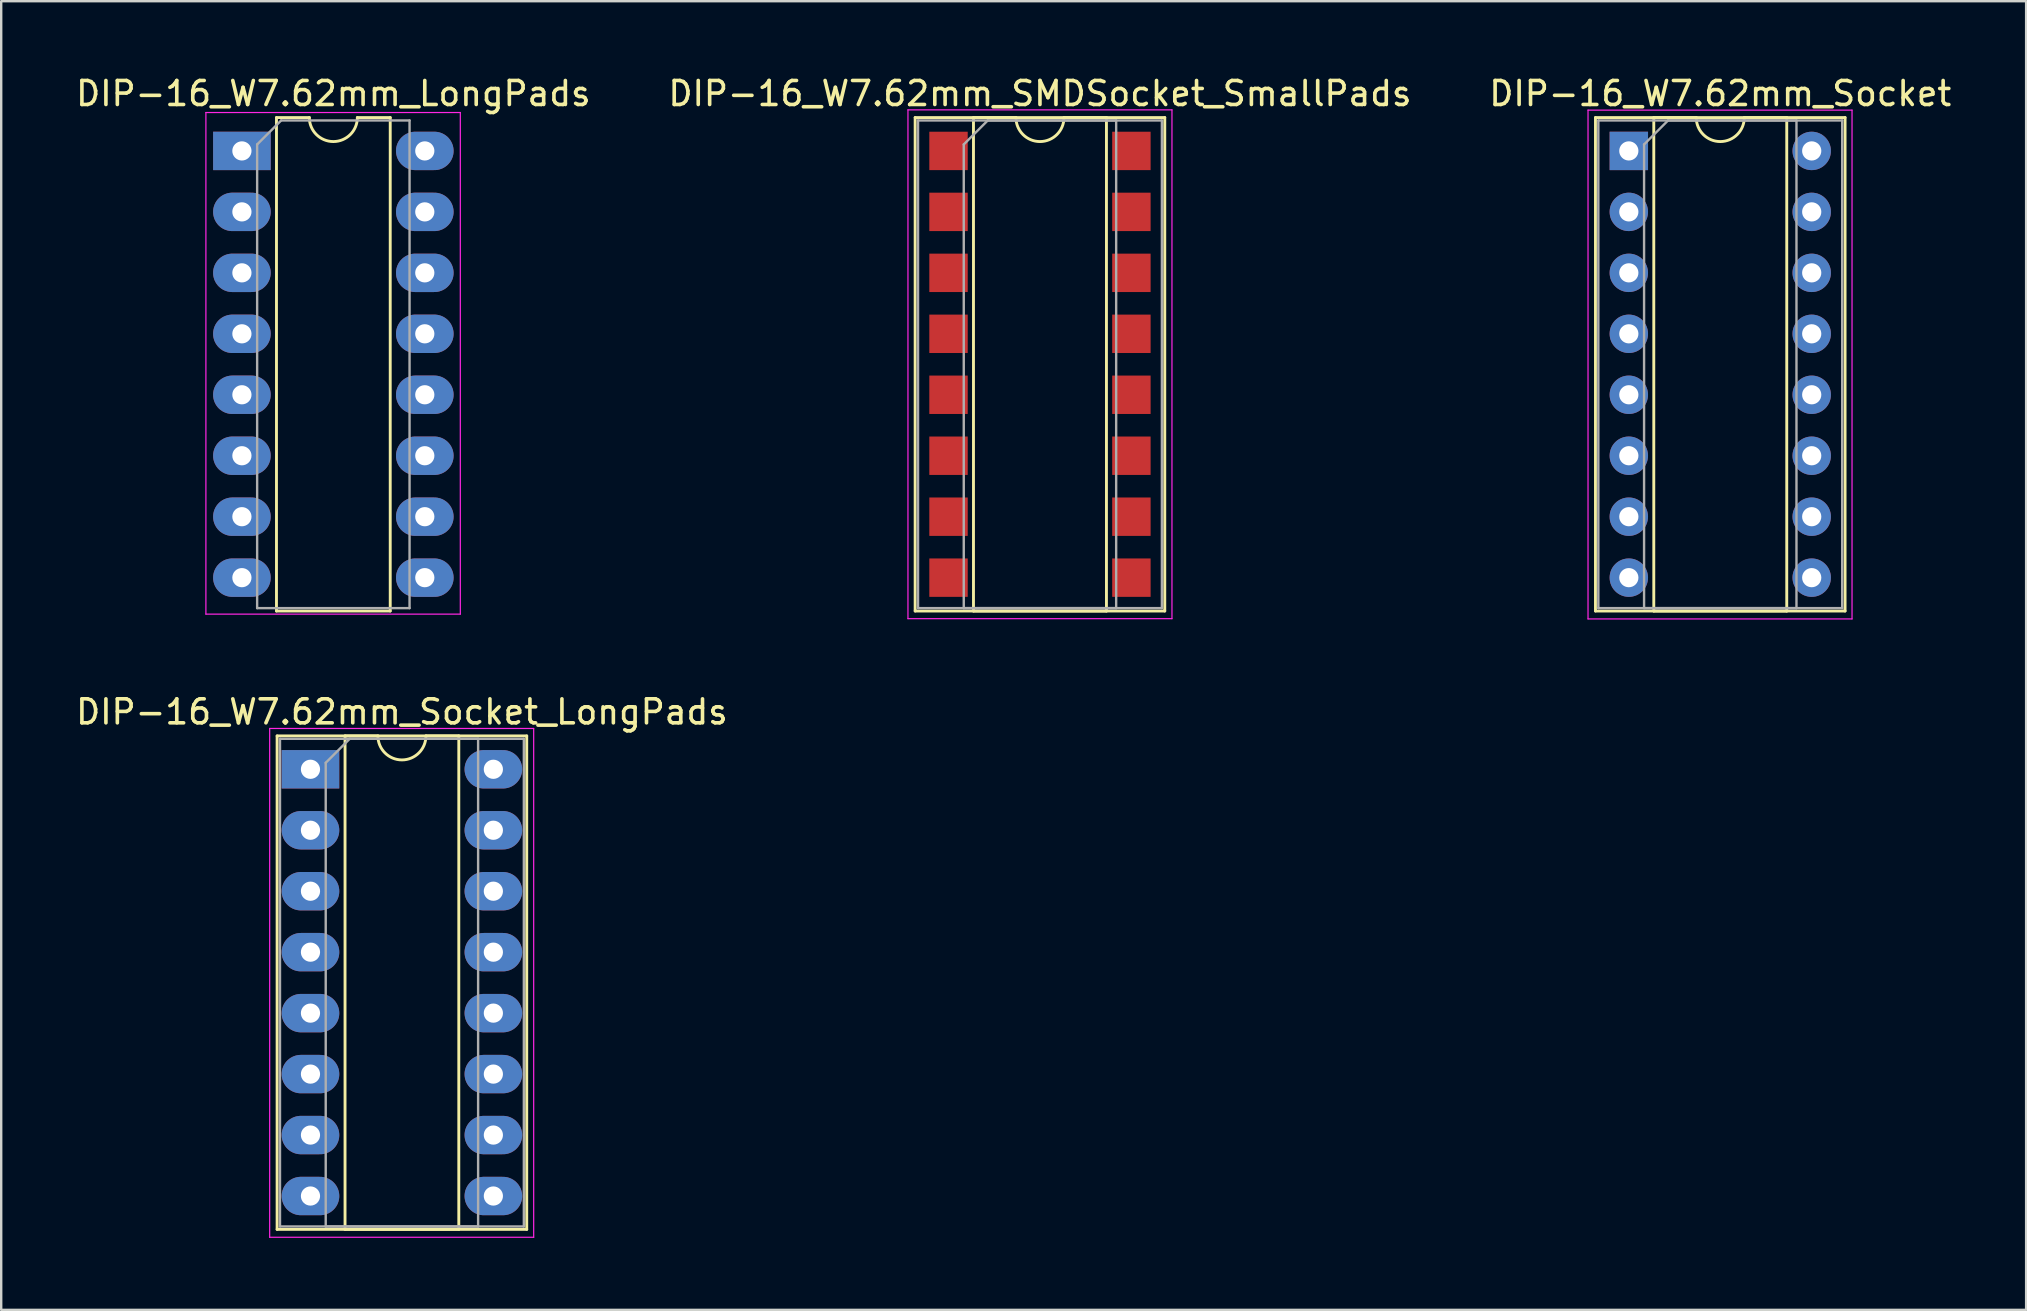
<source format=kicad_pcb>
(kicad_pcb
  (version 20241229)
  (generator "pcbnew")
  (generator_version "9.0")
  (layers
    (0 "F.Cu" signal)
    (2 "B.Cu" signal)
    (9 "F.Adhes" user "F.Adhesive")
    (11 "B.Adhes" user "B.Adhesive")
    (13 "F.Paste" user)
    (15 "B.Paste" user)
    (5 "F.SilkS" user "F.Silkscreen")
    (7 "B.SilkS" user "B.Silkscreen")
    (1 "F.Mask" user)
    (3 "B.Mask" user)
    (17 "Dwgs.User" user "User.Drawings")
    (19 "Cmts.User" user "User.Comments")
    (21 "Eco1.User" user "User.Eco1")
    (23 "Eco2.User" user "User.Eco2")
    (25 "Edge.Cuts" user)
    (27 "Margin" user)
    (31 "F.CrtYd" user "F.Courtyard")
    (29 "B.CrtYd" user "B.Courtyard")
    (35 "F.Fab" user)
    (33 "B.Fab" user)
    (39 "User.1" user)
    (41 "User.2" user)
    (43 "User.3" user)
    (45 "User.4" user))
  (footprint "DIP-16_W7.62mm_LongPads"
    (layer "F.Cu")
    (at 7.029 3.238)
    (property "Reference" "DIP-16_W7.62mm_LongPads" (at 3.81 -2.39 0) (layer "F.SilkS") (effects (font (size 1 1) (thickness 0.15))))
    (attr through_hole)
    (fp_line (start 1.44 -1.39) (end 1.44 19.17) (stroke (width 0.12) (type solid)) (layer "F.SilkS"))
    (fp_line (start 1.44 19.17) (end 6.18 19.17) (stroke (width 0.12) (type solid)) (layer "F.SilkS"))
    (fp_line (start 2.81 -1.39) (end 1.44 -1.39) (stroke (width 0.12) (type solid)) (layer "F.SilkS"))
    (fp_line (start 6.18 -1.39) (end 4.81 -1.39) (stroke (width 0.12) (type solid)) (layer "F.SilkS"))
    (fp_line (start 6.18 19.17) (end 6.18 -1.39) (stroke (width 0.12) (type solid)) (layer "F.SilkS"))
    (fp_arc (start 4.81 -1.39) (mid 3.81 -0.39) (end 2.81 -1.39) (stroke (width 0.12) (type solid)) (layer "F.SilkS"))
    (fp_line (start -1.5 -1.6) (end -1.5 19.3) (stroke (width 0.05) (type solid)) (layer "F.CrtYd"))
    (fp_line (start -1.5 19.3) (end 9.1 19.3) (stroke (width 0.05) (type solid)) (layer "F.CrtYd"))
    (fp_line (start 9.1 -1.6) (end -1.5 -1.6) (stroke (width 0.05) (type solid)) (layer "F.CrtYd"))
    (fp_line (start 9.1 19.3) (end 9.1 -1.6) (stroke (width 0.05) (type solid)) (layer "F.CrtYd"))
    (fp_line (start 0.635 -0.27) (end 1.635 -1.27) (stroke (width 0.1) (type solid)) (layer "F.Fab"))
    (fp_line (start 0.635 19.05) (end 0.635 -0.27) (stroke (width 0.1) (type solid)) (layer "F.Fab"))
    (fp_line (start 1.635 -1.27) (end 6.985 -1.27) (stroke (width 0.1) (type solid)) (layer "F.Fab"))
    (fp_line (start 6.985 -1.27) (end 6.985 19.05) (stroke (width 0.1) (type solid)) (layer "F.Fab"))
    (fp_line (start 6.985 19.05) (end 0.635 19.05) (stroke (width 0.1) (type solid)) (layer "F.Fab"))
    (pad "1" thru_hole rect (at 0 0) (size 2.4 1.6) (drill 0.8) (layers "*.Cu" "*.Mask"))
    (pad "2" thru_hole oval (at 0 2.54) (size 2.4 1.6) (drill 0.8) (layers "*.Cu" "*.Mask"))
    (pad "3" thru_hole oval (at 0 5.08) (size 2.4 1.6) (drill 0.8) (layers "*.Cu" "*.Mask"))
    (pad "4" thru_hole oval (at 0 7.62) (size 2.4 1.6) (drill 0.8) (layers "*.Cu" "*.Mask"))
    (pad "5" thru_hole oval (at 0 10.16) (size 2.4 1.6) (drill 0.8) (layers "*.Cu" "*.Mask"))
    (pad "6" thru_hole oval (at 0 12.7) (size 2.4 1.6) (drill 0.8) (layers "*.Cu" "*.Mask"))
    (pad "7" thru_hole oval (at 0 15.24) (size 2.4 1.6) (drill 0.8) (layers "*.Cu" "*.Mask"))
    (pad "8" thru_hole oval (at 0 17.78) (size 2.4 1.6) (drill 0.8) (layers "*.Cu" "*.Mask"))
    (pad "9" thru_hole oval (at 7.62 17.78) (size 2.4 1.6) (drill 0.8) (layers "*.Cu" "*.Mask"))
    (pad "10" thru_hole oval (at 7.62 15.24) (size 2.4 1.6) (drill 0.8) (layers "*.Cu" "*.Mask"))
    (pad "11" thru_hole oval (at 7.62 12.7) (size 2.4 1.6) (drill 0.8) (layers "*.Cu" "*.Mask"))
    (pad "12" thru_hole oval (at 7.62 10.16) (size 2.4 1.6) (drill 0.8) (layers "*.Cu" "*.Mask"))
    (pad "13" thru_hole oval (at 7.62 7.62) (size 2.4 1.6) (drill 0.8) (layers "*.Cu" "*.Mask"))
    (pad "14" thru_hole oval (at 7.62 5.08) (size 2.4 1.6) (drill 0.8) (layers "*.Cu" "*.Mask"))
    (pad "15" thru_hole oval (at 7.62 2.54) (size 2.4 1.6) (drill 0.8) (layers "*.Cu" "*.Mask"))
    (pad "16" thru_hole oval (at 7.62 0) (size 2.4 1.6) (drill 0.8) (layers "*.Cu" "*.Mask")))
  (footprint "DIP-16_W7.62mm_Socket"
    (layer "F.Cu")
    (at 64.815 3.238)
    (property "Reference" "DIP-16_W7.62mm_Socket" (at 3.81 -2.39 0) (layer "F.SilkS") (effects (font (size 1 1) (thickness 0.15))))
    (attr through_hole)
    (fp_line (start -1.39 -1.39) (end -1.39 19.17) (stroke (width 0.12) (type solid)) (layer "F.SilkS"))
    (fp_line (start -1.39 19.17) (end 9.01 19.17) (stroke (width 0.12) (type solid)) (layer "F.SilkS"))
    (fp_line (start 1.04 -1.39) (end 1.04 19.17) (stroke (width 0.12) (type solid)) (layer "F.SilkS"))
    (fp_line (start 1.04 19.17) (end 6.58 19.17) (stroke (width 0.12) (type solid)) (layer "F.SilkS"))
    (fp_line (start 2.81 -1.39) (end 1.04 -1.39) (stroke (width 0.12) (type solid)) (layer "F.SilkS"))
    (fp_line (start 6.58 -1.39) (end 4.81 -1.39) (stroke (width 0.12) (type solid)) (layer "F.SilkS"))
    (fp_line (start 6.58 19.17) (end 6.58 -1.39) (stroke (width 0.12) (type solid)) (layer "F.SilkS"))
    (fp_line (start 9.01 -1.39) (end -1.39 -1.39) (stroke (width 0.12) (type solid)) (layer "F.SilkS"))
    (fp_line (start 9.01 19.17) (end 9.01 -1.39) (stroke (width 0.12) (type solid)) (layer "F.SilkS"))
    (fp_arc (start 4.81 -1.39) (mid 3.81 -0.39) (end 2.81 -1.39) (stroke (width 0.12) (type solid)) (layer "F.SilkS"))
    (fp_line (start -1.7 -1.7) (end -1.7 19.5) (stroke (width 0.05) (type solid)) (layer "F.CrtYd"))
    (fp_line (start -1.7 19.5) (end 9.3 19.5) (stroke (width 0.05) (type solid)) (layer "F.CrtYd"))
    (fp_line (start 9.3 -1.7) (end -1.7 -1.7) (stroke (width 0.05) (type solid)) (layer "F.CrtYd"))
    (fp_line (start 9.3 19.5) (end 9.3 -1.7) (stroke (width 0.05) (type solid)) (layer "F.CrtYd"))
    (fp_line (start -1.27 -1.27) (end -1.27 19.05) (stroke (width 0.1) (type solid)) (layer "F.Fab"))
    (fp_line (start -1.27 19.05) (end 8.89 19.05) (stroke (width 0.1) (type solid)) (layer "F.Fab"))
    (fp_line (start 0.635 -0.27) (end 1.635 -1.27) (stroke (width 0.1) (type solid)) (layer "F.Fab"))
    (fp_line (start 0.635 19.05) (end 0.635 -0.27) (stroke (width 0.1) (type solid)) (layer "F.Fab"))
    (fp_line (start 1.635 -1.27) (end 6.985 -1.27) (stroke (width 0.1) (type solid)) (layer "F.Fab"))
    (fp_line (start 6.985 -1.27) (end 6.985 19.05) (stroke (width 0.1) (type solid)) (layer "F.Fab"))
    (fp_line (start 6.985 19.05) (end 0.635 19.05) (stroke (width 0.1) (type solid)) (layer "F.Fab"))
    (fp_line (start 8.89 -1.27) (end -1.27 -1.27) (stroke (width 0.1) (type solid)) (layer "F.Fab"))
    (fp_line (start 8.89 19.05) (end 8.89 -1.27) (stroke (width 0.1) (type solid)) (layer "F.Fab"))
    (pad "1" thru_hole rect (at 0 0) (size 1.6 1.6) (drill 0.8) (layers "*.Cu" "*.Mask"))
    (pad "2" thru_hole oval (at 0 2.54) (size 1.6 1.6) (drill 0.8) (layers "*.Cu" "*.Mask"))
    (pad "3" thru_hole oval (at 0 5.08) (size 1.6 1.6) (drill 0.8) (layers "*.Cu" "*.Mask"))
    (pad "4" thru_hole oval (at 0 7.62) (size 1.6 1.6) (drill 0.8) (layers "*.Cu" "*.Mask"))
    (pad "5" thru_hole oval (at 0 10.16) (size 1.6 1.6) (drill 0.8) (layers "*.Cu" "*.Mask"))
    (pad "6" thru_hole oval (at 0 12.7) (size 1.6 1.6) (drill 0.8) (layers "*.Cu" "*.Mask"))
    (pad "7" thru_hole oval (at 0 15.24) (size 1.6 1.6) (drill 0.8) (layers "*.Cu" "*.Mask"))
    (pad "8" thru_hole oval (at 0 17.78) (size 1.6 1.6) (drill 0.8) (layers "*.Cu" "*.Mask"))
    (pad "9" thru_hole oval (at 7.62 17.78) (size 1.6 1.6) (drill 0.8) (layers "*.Cu" "*.Mask"))
    (pad "10" thru_hole oval (at 7.62 15.24) (size 1.6 1.6) (drill 0.8) (layers "*.Cu" "*.Mask"))
    (pad "11" thru_hole oval (at 7.62 12.7) (size 1.6 1.6) (drill 0.8) (layers "*.Cu" "*.Mask"))
    (pad "12" thru_hole oval (at 7.62 10.16) (size 1.6 1.6) (drill 0.8) (layers "*.Cu" "*.Mask"))
    (pad "13" thru_hole oval (at 7.62 7.62) (size 1.6 1.6) (drill 0.8) (layers "*.Cu" "*.Mask"))
    (pad "14" thru_hole oval (at 7.62 5.08) (size 1.6 1.6) (drill 0.8) (layers "*.Cu" "*.Mask"))
    (pad "15" thru_hole oval (at 7.62 2.54) (size 1.6 1.6) (drill 0.8) (layers "*.Cu" "*.Mask"))
    (pad "16" thru_hole oval (at 7.62 0) (size 1.6 1.6) (drill 0.8) (layers "*.Cu" "*.Mask")))
  (footprint "DIP-16_W7.62mm_SMDSocket_SmallPads"
    (layer "F.Cu")
    (at 40.28 12.128)
    (property "Reference" "DIP-16_W7.62mm_SMDSocket_SmallPads" (at 0 -11.28 0) (layer "F.SilkS") (effects (font (size 1 1) (thickness 0.15))))
    (attr smd)
    (fp_line (start -5.2 -10.28) (end -5.2 10.28) (stroke (width 0.12) (type solid)) (layer "F.SilkS"))
    (fp_line (start -5.2 10.28) (end 5.2 10.28) (stroke (width 0.12) (type solid)) (layer "F.SilkS"))
    (fp_line (start -2.77 -10.28) (end -2.77 10.28) (stroke (width 0.12) (type solid)) (layer "F.SilkS"))
    (fp_line (start -2.77 10.28) (end 2.77 10.28) (stroke (width 0.12) (type solid)) (layer "F.SilkS"))
    (fp_line (start -1 -10.28) (end -2.77 -10.28) (stroke (width 0.12) (type solid)) (layer "F.SilkS"))
    (fp_line (start 2.77 -10.28) (end 1 -10.28) (stroke (width 0.12) (type solid)) (layer "F.SilkS"))
    (fp_line (start 2.77 10.28) (end 2.77 -10.28) (stroke (width 0.12) (type solid)) (layer "F.SilkS"))
    (fp_line (start 5.2 -10.28) (end -5.2 -10.28) (stroke (width 0.12) (type solid)) (layer "F.SilkS"))
    (fp_line (start 5.2 10.28) (end 5.2 -10.28) (stroke (width 0.12) (type solid)) (layer "F.SilkS"))
    (fp_arc (start 1 -10.28) (mid 0 -9.28) (end -1 -10.28) (stroke (width 0.12) (type solid)) (layer "F.SilkS"))
    (fp_line (start -5.5 -10.6) (end -5.5 10.6) (stroke (width 0.05) (type solid)) (layer "F.CrtYd"))
    (fp_line (start -5.5 10.6) (end 5.5 10.6) (stroke (width 0.05) (type solid)) (layer "F.CrtYd"))
    (fp_line (start 5.5 -10.6) (end -5.5 -10.6) (stroke (width 0.05) (type solid)) (layer "F.CrtYd"))
    (fp_line (start 5.5 10.6) (end 5.5 -10.6) (stroke (width 0.05) (type solid)) (layer "F.CrtYd"))
    (fp_line (start -5.08 -10.16) (end -5.08 10.16) (stroke (width 0.1) (type solid)) (layer "F.Fab"))
    (fp_line (start -5.08 10.16) (end 5.08 10.16) (stroke (width 0.1) (type solid)) (layer "F.Fab"))
    (fp_line (start -3.175 -9.16) (end -2.175 -10.16) (stroke (width 0.1) (type solid)) (layer "F.Fab"))
    (fp_line (start -3.175 10.16) (end -3.175 -9.16) (stroke (width 0.1) (type solid)) (layer "F.Fab"))
    (fp_line (start -2.175 -10.16) (end 3.175 -10.16) (stroke (width 0.1) (type solid)) (layer "F.Fab"))
    (fp_line (start 3.175 -10.16) (end 3.175 10.16) (stroke (width 0.1) (type solid)) (layer "F.Fab"))
    (fp_line (start 3.175 10.16) (end -3.175 10.16) (stroke (width 0.1) (type solid)) (layer "F.Fab"))
    (fp_line (start 5.08 -10.16) (end -5.08 -10.16) (stroke (width 0.1) (type solid)) (layer "F.Fab"))
    (fp_line (start 5.08 10.16) (end 5.08 -10.16) (stroke (width 0.1) (type solid)) (layer "F.Fab"))
    (pad "1" smd rect (at -3.81 -8.89) (size 1.6 1.6) (layers "F.Cu" "F.Mask"))
    (pad "2" smd rect (at -3.81 -6.35) (size 1.6 1.6) (layers "F.Cu" "F.Mask"))
    (pad "3" smd rect (at -3.81 -3.81) (size 1.6 1.6) (layers "F.Cu" "F.Mask"))
    (pad "4" smd rect (at -3.81 -1.27) (size 1.6 1.6) (layers "F.Cu" "F.Mask"))
    (pad "5" smd rect (at -3.81 1.27) (size 1.6 1.6) (layers "F.Cu" "F.Mask"))
    (pad "6" smd rect (at -3.81 3.81) (size 1.6 1.6) (layers "F.Cu" "F.Mask"))
    (pad "7" smd rect (at -3.81 6.35) (size 1.6 1.6) (layers "F.Cu" "F.Mask"))
    (pad "8" smd rect (at -3.81 8.89) (size 1.6 1.6) (layers "F.Cu" "F.Mask"))
    (pad "9" smd rect (at 3.81 8.89) (size 1.6 1.6) (layers "F.Cu" "F.Mask"))
    (pad "10" smd rect (at 3.81 6.35) (size 1.6 1.6) (layers "F.Cu" "F.Mask"))
    (pad "11" smd rect (at 3.81 3.81) (size 1.6 1.6) (layers "F.Cu" "F.Mask"))
    (pad "12" smd rect (at 3.81 1.27) (size 1.6 1.6) (layers "F.Cu" "F.Mask"))
    (pad "13" smd rect (at 3.81 -1.27) (size 1.6 1.6) (layers "F.Cu" "F.Mask"))
    (pad "14" smd rect (at 3.81 -3.81) (size 1.6 1.6) (layers "F.Cu" "F.Mask"))
    (pad "15" smd rect (at 3.81 -6.35) (size 1.6 1.6) (layers "F.Cu" "F.Mask"))
    (pad "16" smd rect (at 3.81 -8.89) (size 1.6 1.6) (layers "F.Cu" "F.Mask")))
  (footprint "DIP-16_W7.62mm_Socket_LongPads"
    (layer "F.Cu")
    (at 9.886 29.002)
    (property "Reference" "DIP-16_W7.62mm_Socket_LongPads" (at 3.81 -2.39 0) (layer "F.SilkS") (effects (font (size 1 1) (thickness 0.15))))
    (attr through_hole)
    (fp_line (start -1.39 -1.39) (end -1.39 19.17) (stroke (width 0.12) (type solid)) (layer "F.SilkS"))
    (fp_line (start -1.39 19.17) (end 9.01 19.17) (stroke (width 0.12) (type solid)) (layer "F.SilkS"))
    (fp_line (start 1.44 -1.39) (end 1.44 19.17) (stroke (width 0.12) (type solid)) (layer "F.SilkS"))
    (fp_line (start 1.44 19.17) (end 6.18 19.17) (stroke (width 0.12) (type solid)) (layer "F.SilkS"))
    (fp_line (start 2.81 -1.39) (end 1.44 -1.39) (stroke (width 0.12) (type solid)) (layer "F.SilkS"))
    (fp_line (start 6.18 -1.39) (end 4.81 -1.39) (stroke (width 0.12) (type solid)) (layer "F.SilkS"))
    (fp_line (start 6.18 19.17) (end 6.18 -1.39) (stroke (width 0.12) (type solid)) (layer "F.SilkS"))
    (fp_line (start 9.01 -1.39) (end -1.39 -1.39) (stroke (width 0.12) (type solid)) (layer "F.SilkS"))
    (fp_line (start 9.01 19.17) (end 9.01 -1.39) (stroke (width 0.12) (type solid)) (layer "F.SilkS"))
    (fp_arc (start 4.81 -1.39) (mid 3.81 -0.39) (end 2.81 -1.39) (stroke (width 0.12) (type solid)) (layer "F.SilkS"))
    (fp_line (start -1.7 -1.7) (end -1.7 19.5) (stroke (width 0.05) (type solid)) (layer "F.CrtYd"))
    (fp_line (start -1.7 19.5) (end 9.3 19.5) (stroke (width 0.05) (type solid)) (layer "F.CrtYd"))
    (fp_line (start 9.3 -1.7) (end -1.7 -1.7) (stroke (width 0.05) (type solid)) (layer "F.CrtYd"))
    (fp_line (start 9.3 19.5) (end 9.3 -1.7) (stroke (width 0.05) (type solid)) (layer "F.CrtYd"))
    (fp_line (start -1.27 -1.27) (end -1.27 19.05) (stroke (width 0.1) (type solid)) (layer "F.Fab"))
    (fp_line (start -1.27 19.05) (end 8.89 19.05) (stroke (width 0.1) (type solid)) (layer "F.Fab"))
    (fp_line (start 0.635 -0.27) (end 1.635 -1.27) (stroke (width 0.1) (type solid)) (layer "F.Fab"))
    (fp_line (start 0.635 19.05) (end 0.635 -0.27) (stroke (width 0.1) (type solid)) (layer "F.Fab"))
    (fp_line (start 1.635 -1.27) (end 6.985 -1.27) (stroke (width 0.1) (type solid)) (layer "F.Fab"))
    (fp_line (start 6.985 -1.27) (end 6.985 19.05) (stroke (width 0.1) (type solid)) (layer "F.Fab"))
    (fp_line (start 6.985 19.05) (end 0.635 19.05) (stroke (width 0.1) (type solid)) (layer "F.Fab"))
    (fp_line (start 8.89 -1.27) (end -1.27 -1.27) (stroke (width 0.1) (type solid)) (layer "F.Fab"))
    (fp_line (start 8.89 19.05) (end 8.89 -1.27) (stroke (width 0.1) (type solid)) (layer "F.Fab"))
    (pad "1" thru_hole rect (at 0 0) (size 2.4 1.6) (drill 0.8) (layers "*.Cu" "*.Mask"))
    (pad "2" thru_hole oval (at 0 2.54) (size 2.4 1.6) (drill 0.8) (layers "*.Cu" "*.Mask"))
    (pad "3" thru_hole oval (at 0 5.08) (size 2.4 1.6) (drill 0.8) (layers "*.Cu" "*.Mask"))
    (pad "4" thru_hole oval (at 0 7.62) (size 2.4 1.6) (drill 0.8) (layers "*.Cu" "*.Mask"))
    (pad "5" thru_hole oval (at 0 10.16) (size 2.4 1.6) (drill 0.8) (layers "*.Cu" "*.Mask"))
    (pad "6" thru_hole oval (at 0 12.7) (size 2.4 1.6) (drill 0.8) (layers "*.Cu" "*.Mask"))
    (pad "7" thru_hole oval (at 0 15.24) (size 2.4 1.6) (drill 0.8) (layers "*.Cu" "*.Mask"))
    (pad "8" thru_hole oval (at 0 17.78) (size 2.4 1.6) (drill 0.8) (layers "*.Cu" "*.Mask"))
    (pad "9" thru_hole oval (at 7.62 17.78) (size 2.4 1.6) (drill 0.8) (layers "*.Cu" "*.Mask"))
    (pad "10" thru_hole oval (at 7.62 15.24) (size 2.4 1.6) (drill 0.8) (layers "*.Cu" "*.Mask"))
    (pad "11" thru_hole oval (at 7.62 12.7) (size 2.4 1.6) (drill 0.8) (layers "*.Cu" "*.Mask"))
    (pad "12" thru_hole oval (at 7.62 10.16) (size 2.4 1.6) (drill 0.8) (layers "*.Cu" "*.Mask"))
    (pad "13" thru_hole oval (at 7.62 7.62) (size 2.4 1.6) (drill 0.8) (layers "*.Cu" "*.Mask"))
    (pad "14" thru_hole oval (at 7.62 5.08) (size 2.4 1.6) (drill 0.8) (layers "*.Cu" "*.Mask"))
    (pad "15" thru_hole oval (at 7.62 2.54) (size 2.4 1.6) (drill 0.8) (layers "*.Cu" "*.Mask"))
    (pad "16" thru_hole oval (at 7.62 0) (size 2.4 1.6) (drill 0.8) (layers "*.Cu" "*.Mask")))
  (gr_rect
    (start -3 -3)
    (end 81.369 51.526)
    (stroke (width 0.1) (type default))
    (fill no)
    (layer "Edge.Cuts")))
</source>
